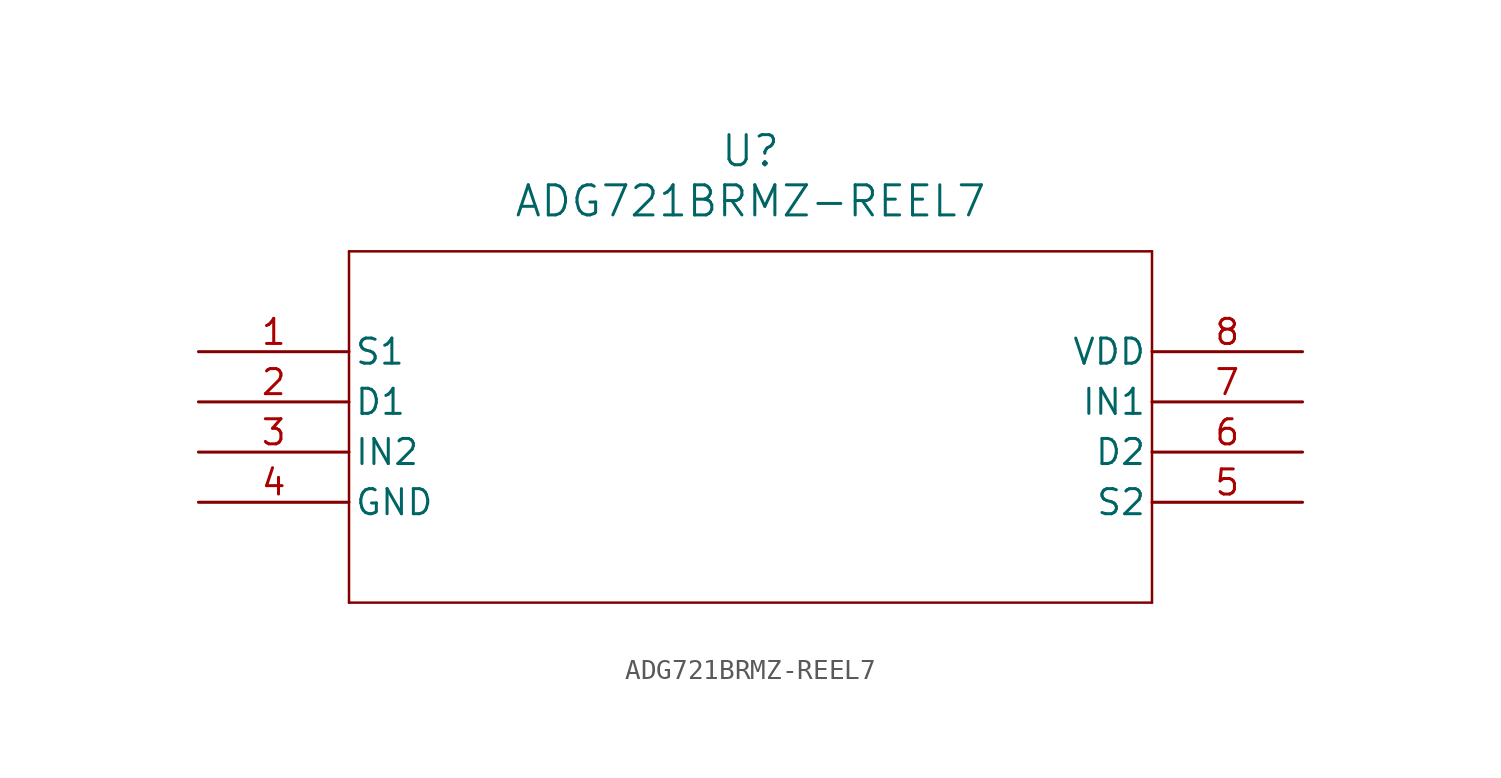
<source format=kicad_sym>
(kicad_symbol_lib
  (version 20211014)
  (generator kicad_symbol_editor)
  (symbol "ADG721BRMZ-REEL7"
    (pin_names
      (offset 0.254))
    (property "Reference" "U"
      (at 27.94 10.16 0)
      (effects (font (size 1.524 1.524))))
    (property "Value" "ADG721BRMZ-REEL7"
      (at 27.94 7.62 0)
      (effects (font (size 1.524 1.524))))
    (symbol "ADG721BRMZ-REEL7_0_1"
      (polyline (pts (xy 7.62 5.08) (xy 7.62 -12.7)) (stroke (width 0.127) (type default) (color 0 0 0 0)) (fill (type none)))
      (polyline (pts (xy 7.62 -12.7) (xy 48.26 -12.7)) (stroke (width 0.127) (type default) (color 0 0 0 0)) (fill (type none)))
      (polyline (pts (xy 48.26 -12.7) (xy 48.26 5.08)) (stroke (width 0.127) (type default) (color 0 0 0 0)) (fill (type none)))
      (polyline (pts (xy 48.26 5.08) (xy 7.62 5.08)) (stroke (width 0.127) (type default) (color 0 0 0 0)) (fill (type none)))
      (pin unspecified line (at 0 0 0) (length 7.62) (name "S1" (effects (font (size 1.27 1.27)))) (number "1" (effects (font (size 1.27 1.27)))))
      (pin unspecified line (at 0 -2.54 0) (length 7.62) (name "D1" (effects (font (size 1.27 1.27)))) (number "2" (effects (font (size 1.27 1.27)))))
      (pin unspecified line (at 0 -5.08 0) (length 7.62) (name "IN2" (effects (font (size 1.27 1.27)))) (number "3" (effects (font (size 1.27 1.27)))))
      (pin unspecified line (at 0 -7.62 0) (length 7.62) (name "GND" (effects (font (size 1.27 1.27)))) (number "4" (effects (font (size 1.27 1.27)))))
      (pin unspecified line (at 55.88 -7.62 180) (length 7.62) (name "S2" (effects (font (size 1.27 1.27)))) (number "5" (effects (font (size 1.27 1.27)))))
      (pin unspecified line (at 55.88 -5.08 180) (length 7.62) (name "D2" (effects (font (size 1.27 1.27)))) (number "6" (effects (font (size 1.27 1.27)))))
      (pin unspecified line (at 55.88 -2.54 180) (length 7.62) (name "IN1" (effects (font (size 1.27 1.27)))) (number "7" (effects (font (size 1.27 1.27)))))
      (pin power_in line (at 55.88 0 180) (length 7.62) (name "VDD" (effects (font (size 1.27 1.27)))) (number "8" (effects (font (size 1.27 1.27))))))))
</source>
